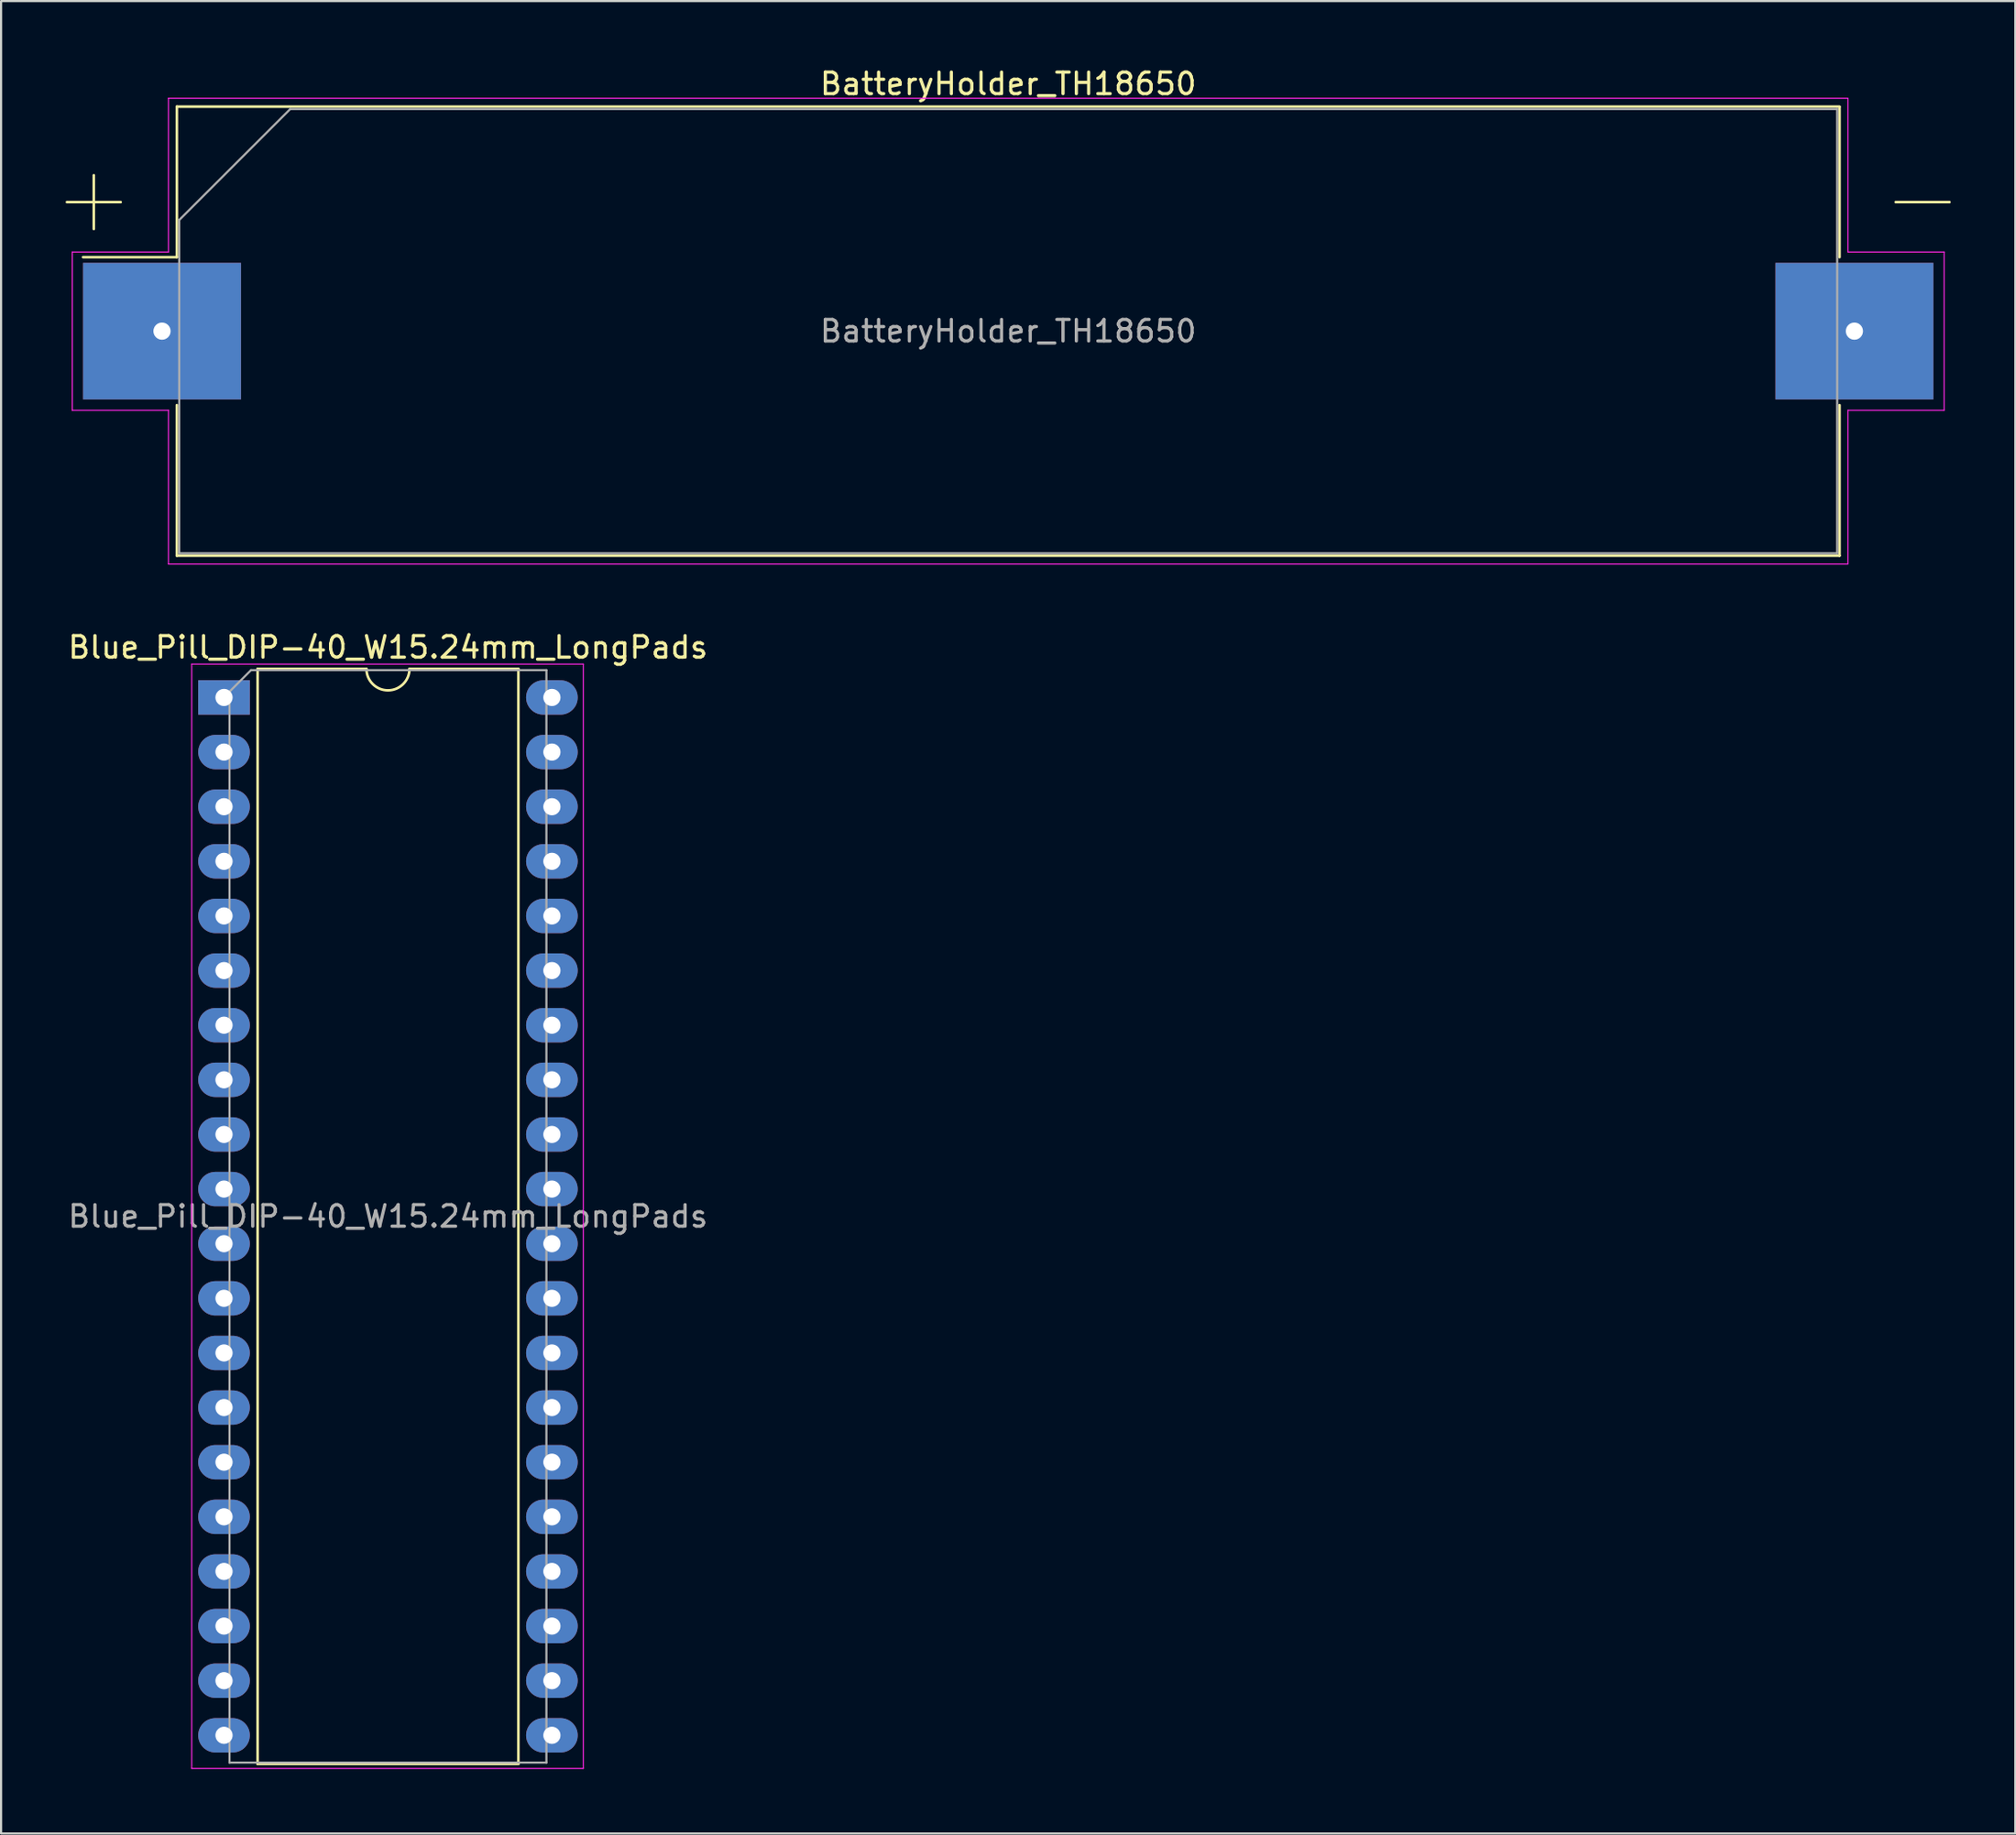
<source format=kicad_pcb>
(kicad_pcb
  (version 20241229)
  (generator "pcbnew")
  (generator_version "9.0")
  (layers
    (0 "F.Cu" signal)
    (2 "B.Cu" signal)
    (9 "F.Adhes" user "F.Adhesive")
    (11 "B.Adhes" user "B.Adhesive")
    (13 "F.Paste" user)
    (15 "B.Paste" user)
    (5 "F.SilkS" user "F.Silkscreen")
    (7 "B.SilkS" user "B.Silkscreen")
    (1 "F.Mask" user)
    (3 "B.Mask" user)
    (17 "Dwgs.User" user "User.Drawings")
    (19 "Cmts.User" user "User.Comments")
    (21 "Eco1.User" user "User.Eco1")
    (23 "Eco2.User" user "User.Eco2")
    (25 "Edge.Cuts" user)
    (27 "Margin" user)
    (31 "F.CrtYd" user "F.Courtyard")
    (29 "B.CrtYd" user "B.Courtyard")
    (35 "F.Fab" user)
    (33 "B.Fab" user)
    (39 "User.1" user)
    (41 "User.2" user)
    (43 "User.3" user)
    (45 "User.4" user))
  (footprint "Blue_Pill_DIP-40_W15.24mm_LongPads"
    (layer "F.Cu")
    (at 7.362 29.381)
    (property "Reference" "Blue_Pill_DIP-40_W15.24mm_LongPads" (at 7.62 -2.33 0) (layer "F.SilkS") (effects (font (size 1 1) (thickness 0.15))))
    (attr through_hole)
    (fp_line (start 1.56 -1.33) (end 1.56 49.59) (stroke (width 0.12) (type solid)) (layer "F.SilkS"))
    (fp_line (start 1.56 49.59) (end 13.68 49.59) (stroke (width 0.12) (type solid)) (layer "F.SilkS"))
    (fp_line (start 6.62 -1.33) (end 1.56 -1.33) (stroke (width 0.12) (type solid)) (layer "F.SilkS"))
    (fp_line (start 13.68 -1.33) (end 8.62 -1.33) (stroke (width 0.12) (type solid)) (layer "F.SilkS"))
    (fp_line (start 13.68 49.59) (end 13.68 -1.33) (stroke (width 0.12) (type solid)) (layer "F.SilkS"))
    (fp_arc (start 8.62 -1.33) (mid 7.62 -0.33) (end 6.62 -1.33) (stroke (width 0.12) (type solid)) (layer "F.SilkS"))
    (fp_line (start -1.5 -1.55) (end -1.5 49.8) (stroke (width 0.05) (type solid)) (layer "F.CrtYd"))
    (fp_line (start -1.5 49.8) (end 16.7 49.8) (stroke (width 0.05) (type solid)) (layer "F.CrtYd"))
    (fp_line (start 16.7 -1.55) (end -1.5 -1.55) (stroke (width 0.05) (type solid)) (layer "F.CrtYd"))
    (fp_line (start 16.7 49.8) (end 16.7 -1.55) (stroke (width 0.05) (type solid)) (layer "F.CrtYd"))
    (fp_line (start 0.255 -0.27) (end 1.255 -1.27) (stroke (width 0.1) (type solid)) (layer "F.Fab"))
    (fp_line (start 0.255 49.53) (end 0.255 -0.27) (stroke (width 0.1) (type solid)) (layer "F.Fab"))
    (fp_line (start 1.255 -1.27) (end 14.985 -1.27) (stroke (width 0.1) (type solid)) (layer "F.Fab"))
    (fp_line (start 14.985 -1.27) (end 14.985 49.53) (stroke (width 0.1) (type solid)) (layer "F.Fab"))
    (fp_line (start 14.985 49.53) (end 0.255 49.53) (stroke (width 0.1) (type solid)) (layer "F.Fab"))
    (fp_text user "${REFERENCE}" (at 7.62 24.13 0) (layer "F.Fab") (effects (font (size 1 1) (thickness 0.15))))
    (pad "1" thru_hole rect (at 0 0) (size 2.4 1.6) (drill 0.8) (layers "*.Cu" "*.Mask"))
    (pad "2" thru_hole oval (at 0 2.54) (size 2.4 1.6) (drill 0.8) (layers "*.Cu" "*.Mask"))
    (pad "3" thru_hole oval (at 0 5.08) (size 2.4 1.6) (drill 0.8) (layers "*.Cu" "*.Mask"))
    (pad "4" thru_hole oval (at 0 7.62) (size 2.4 1.6) (drill 0.8) (layers "*.Cu" "*.Mask"))
    (pad "5" thru_hole oval (at 0 10.16) (size 2.4 1.6) (drill 0.8) (layers "*.Cu" "*.Mask"))
    (pad "6" thru_hole oval (at 0 12.7) (size 2.4 1.6) (drill 0.8) (layers "*.Cu" "*.Mask"))
    (pad "7" thru_hole oval (at 0 15.24) (size 2.4 1.6) (drill 0.8) (layers "*.Cu" "*.Mask"))
    (pad "8" thru_hole oval (at 0 17.78) (size 2.4 1.6) (drill 0.8) (layers "*.Cu" "*.Mask"))
    (pad "9" thru_hole oval (at 0 20.32) (size 2.4 1.6) (drill 0.8) (layers "*.Cu" "*.Mask"))
    (pad "10" thru_hole oval (at 0 22.86) (size 2.4 1.6) (drill 0.8) (layers "*.Cu" "*.Mask"))
    (pad "11" thru_hole oval (at 0 25.4) (size 2.4 1.6) (drill 0.8) (layers "*.Cu" "*.Mask"))
    (pad "12" thru_hole oval (at 0 27.94) (size 2.4 1.6) (drill 0.8) (layers "*.Cu" "*.Mask"))
    (pad "13" thru_hole oval (at 0 30.48) (size 2.4 1.6) (drill 0.8) (layers "*.Cu" "*.Mask"))
    (pad "14" thru_hole oval (at 0 33.02) (size 2.4 1.6) (drill 0.8) (layers "*.Cu" "*.Mask"))
    (pad "15" thru_hole oval (at 0 35.56) (size 2.4 1.6) (drill 0.8) (layers "*.Cu" "*.Mask"))
    (pad "16" thru_hole oval (at 0 38.1) (size 2.4 1.6) (drill 0.8) (layers "*.Cu" "*.Mask"))
    (pad "17" thru_hole oval (at 0 40.64) (size 2.4 1.6) (drill 0.8) (layers "*.Cu" "*.Mask"))
    (pad "18" thru_hole oval (at 0 43.18) (size 2.4 1.6) (drill 0.8) (layers "*.Cu" "*.Mask"))
    (pad "19" thru_hole oval (at 0 45.72) (size 2.4 1.6) (drill 0.8) (layers "*.Cu" "*.Mask"))
    (pad "20" thru_hole oval (at 0 48.26) (size 2.4 1.6) (drill 0.8) (layers "*.Cu" "*.Mask"))
    (pad "21" thru_hole oval (at 15.24 48.26) (size 2.4 1.6) (drill 0.8) (layers "*.Cu" "*.Mask"))
    (pad "22" thru_hole oval (at 15.24 45.72) (size 2.4 1.6) (drill 0.8) (layers "*.Cu" "*.Mask"))
    (pad "23" thru_hole oval (at 15.24 43.18) (size 2.4 1.6) (drill 0.8) (layers "*.Cu" "*.Mask"))
    (pad "24" thru_hole oval (at 15.24 40.64) (size 2.4 1.6) (drill 0.8) (layers "*.Cu" "*.Mask"))
    (pad "25" thru_hole oval (at 15.24 38.1) (size 2.4 1.6) (drill 0.8) (layers "*.Cu" "*.Mask"))
    (pad "26" thru_hole oval (at 15.24 35.56) (size 2.4 1.6) (drill 0.8) (layers "*.Cu" "*.Mask"))
    (pad "27" thru_hole oval (at 15.24 33.02) (size 2.4 1.6) (drill 0.8) (layers "*.Cu" "*.Mask"))
    (pad "28" thru_hole oval (at 15.24 30.48) (size 2.4 1.6) (drill 0.8) (layers "*.Cu" "*.Mask"))
    (pad "29" thru_hole oval (at 15.24 27.94) (size 2.4 1.6) (drill 0.8) (layers "*.Cu" "*.Mask"))
    (pad "30" thru_hole oval (at 15.24 25.4) (size 2.4 1.6) (drill 0.8) (layers "*.Cu" "*.Mask"))
    (pad "31" thru_hole oval (at 15.24 22.86) (size 2.4 1.6) (drill 0.8) (layers "*.Cu" "*.Mask"))
    (pad "32" thru_hole oval (at 15.24 20.32) (size 2.4 1.6) (drill 0.8) (layers "*.Cu" "*.Mask"))
    (pad "33" thru_hole oval (at 15.24 17.78) (size 2.4 1.6) (drill 0.8) (layers "*.Cu" "*.Mask"))
    (pad "34" thru_hole oval (at 15.24 15.24) (size 2.4 1.6) (drill 0.8) (layers "*.Cu" "*.Mask"))
    (pad "35" thru_hole oval (at 15.24 12.7) (size 2.4 1.6) (drill 0.8) (layers "*.Cu" "*.Mask"))
    (pad "36" thru_hole oval (at 15.24 10.16) (size 2.4 1.6) (drill 0.8) (layers "*.Cu" "*.Mask"))
    (pad "37" thru_hole oval (at 15.24 7.62) (size 2.4 1.6) (drill 0.8) (layers "*.Cu" "*.Mask"))
    (pad "38" thru_hole oval (at 15.24 5.08) (size 2.4 1.6) (drill 0.8) (layers "*.Cu" "*.Mask"))
    (pad "39" thru_hole oval (at 15.24 2.54) (size 2.4 1.6) (drill 0.8) (layers "*.Cu" "*.Mask"))
    (pad "40" thru_hole oval (at 15.24 0) (size 2.4 1.6) (drill 0.8) (layers "*.Cu" "*.Mask")))
  (footprint "BatteryHolder_TH18650"
    (layer "F.Cu")
    (at 43.81 12.348)
    (property "Reference" "BatteryHolder_TH18650" (at 0 -11.5 0) (layer "F.SilkS") (effects (font (size 1 1) (thickness 0.15))))
    (attr smd)
    (fp_line (start -43.75 -6) (end -41.25 -6) (stroke (width 0.12) (type solid)) (layer "F.SilkS"))
    (fp_line (start -42.5 -4.75) (end -42.5 -7.25) (stroke (width 0.12) (type solid)) (layer "F.SilkS"))
    (fp_line (start -38.64 -10.44) (end -38.64 -3.44) (stroke (width 0.12) (type solid)) (layer "F.SilkS"))
    (fp_line (start -38.64 -3.44) (end -43 -3.44) (stroke (width 0.12) (type solid)) (layer "F.SilkS"))
    (fp_line (start -38.64 10.44) (end -38.64 3.44) (stroke (width 0.12) (type solid)) (layer "F.SilkS"))
    (fp_line (start 38.64 -10.44) (end -38.64 -10.44) (stroke (width 0.12) (type solid)) (layer "F.SilkS"))
    (fp_line (start 38.64 -3.44) (end 38.64 -10.42) (stroke (width 0.12) (type solid)) (layer "F.SilkS"))
    (fp_line (start 38.64 3.44) (end 38.64 10.44) (stroke (width 0.12) (type solid)) (layer "F.SilkS"))
    (fp_line (start 38.64 10.44) (end -38.64 10.44) (stroke (width 0.12) (type solid)) (layer "F.SilkS"))
    (fp_line (start 43.75 -6) (end 41.25 -6) (stroke (width 0.12) (type solid)) (layer "F.SilkS"))
    (fp_line (start -43.5 -3.68) (end -39.03 -3.68) (stroke (width 0.05) (type solid)) (layer "F.CrtYd"))
    (fp_line (start -43.5 3.68) (end -43.5 -3.68) (stroke (width 0.05) (type solid)) (layer "F.CrtYd"))
    (fp_line (start -39.03 -10.83) (end -39.03 -3.68) (stroke (width 0.05) (type solid)) (layer "F.CrtYd"))
    (fp_line (start -39.03 -10.83) (end 39.03 -10.83) (stroke (width 0.05) (type solid)) (layer "F.CrtYd"))
    (fp_line (start -39.03 3.68) (end -43.5 3.68) (stroke (width 0.05) (type solid)) (layer "F.CrtYd"))
    (fp_line (start -39.03 10.83) (end -39.03 3.68) (stroke (width 0.05) (type solid)) (layer "F.CrtYd"))
    (fp_line (start -39.03 10.83) (end 39.03 10.83) (stroke (width 0.05) (type solid)) (layer "F.CrtYd"))
    (fp_line (start 39.03 -10.83) (end 39.03 -3.68) (stroke (width 0.05) (type solid)) (layer "F.CrtYd"))
    (fp_line (start 39.03 3.68) (end 43.5 3.68) (stroke (width 0.05) (type solid)) (layer "F.CrtYd"))
    (fp_line (start 39.03 10.83) (end 39.03 3.68) (stroke (width 0.05) (type solid)) (layer "F.CrtYd"))
    (fp_line (start 43.5 -3.68) (end 39.03 -3.68) (stroke (width 0.05) (type solid)) (layer "F.CrtYd"))
    (fp_line (start 43.5 3.68) (end 43.5 -3.68) (stroke (width 0.05) (type solid)) (layer "F.CrtYd"))
    (fp_line (start -38.53 -5.168) (end -38.53 10.33) (stroke (width 0.1) (type solid)) (layer "F.Fab"))
    (fp_line (start -38.53 10.33) (end 38.53 10.33) (stroke (width 0.1) (type solid)) (layer "F.Fab"))
    (fp_line (start -33.367 -10.33) (end -38.53 -5.168) (stroke (width 0.1) (type solid)) (layer "F.Fab"))
    (fp_line (start -33.367 -10.33) (end 38.53 -10.33) (stroke (width 0.1) (type solid)) (layer "F.Fab"))
    (fp_line (start 38.53 -10.33) (end 38.53 10.33) (stroke (width 0.1) (type solid)) (layer "F.Fab"))
    (fp_text user "${REFERENCE}" (at 0 0 0) (layer "F.Fab") (effects (font (size 1 1) (thickness 0.15))))
    (pad "1" thru_hole rect (at -39.33 0) (size 7.34 6.35) (drill 0.8) (layers "*.Cu" "*.Mask"))
    (pad "2" thru_hole rect (at 39.33 0) (size 7.34 6.35) (drill 0.8) (layers "*.Cu" "*.Mask")))
  (gr_rect
    (start -3 -3)
    (end 90.62 82.207)
    (stroke (width 0.1) (type default))
    (fill no)
    (layer "Edge.Cuts")))
</source>
